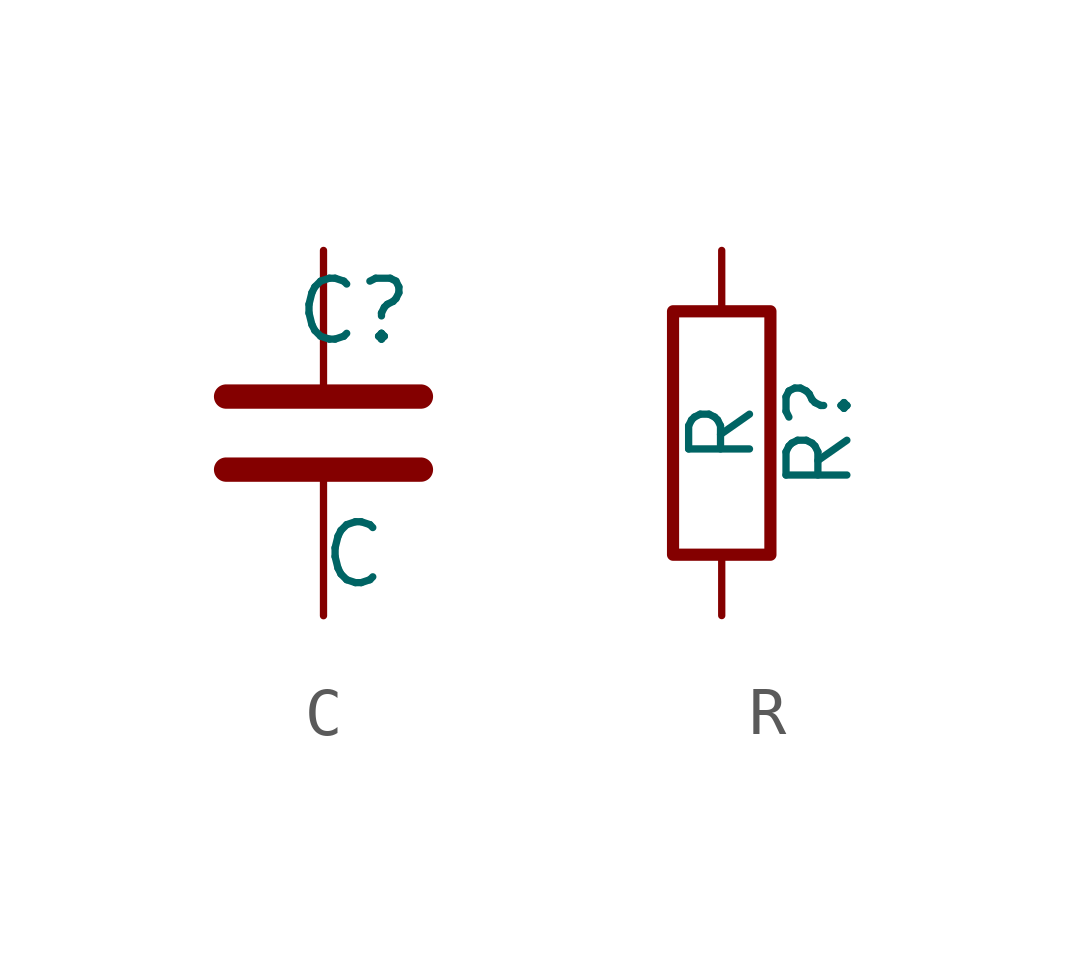
<source format=kicad_sym>
(kicad_symbol_lib
  (version 20211014)
  (generator kicad_symbol_editor)
  (symbol "C"
    (pin_numbers hide)
    (pin_names
      (offset 0.254))
    (property "Reference" "C"
      (at 0.635 2.54 0))
    (property "Value" "C"
      (at 0.635 -2.54 0))
    (symbol "C_0_1"
      (polyline (pts (xy -2.032 -0.762) (xy 2.032 -0.762)) (stroke (width 0.508)) (fill (type none)))
      (polyline (pts (xy -2.032 0.762) (xy 2.032 0.762)) (stroke (width 0.508)) (fill (type none))))
    (symbol "C_1_1"
      (pin passive line (at 0 3.81 270) (length 3.048) (name "~" (effects (font (size 1.27 1.27)))) (number "1" (effects (font (size 1.27 1.27)))))
      (pin passive line (at 0 -3.81 90) (length 3.048) (name "~" (effects (font (size 1.27 1.27)))) (number "2" (effects (font (size 1.27 1.27)))))))
  (symbol "R"
    (pin_numbers hide)
    (pin_names
      (offset 0))
    (property "Reference" "R"
      (at 2.032 0 90))
    (property "Value" "R"
      (at 0 0 90))
    (symbol "R_0_1"
      (rectangle (start -1.016 -2.54) (end 1.016 2.54) (stroke (width 0.254)) (fill (type none))))
    (symbol "R_1_1"
      (pin passive line (at 0 3.81 270) (length 1.27) (name "~" (effects (font (size 1.27 1.27)))) (number "1" (effects (font (size 1.27 1.27)))))
      (pin passive line (at 0 -3.81 90) (length 1.27) (name "~" (effects (font (size 1.27 1.27)))) (number "2" (effects (font (size 1.27 1.27))))))))
</source>
